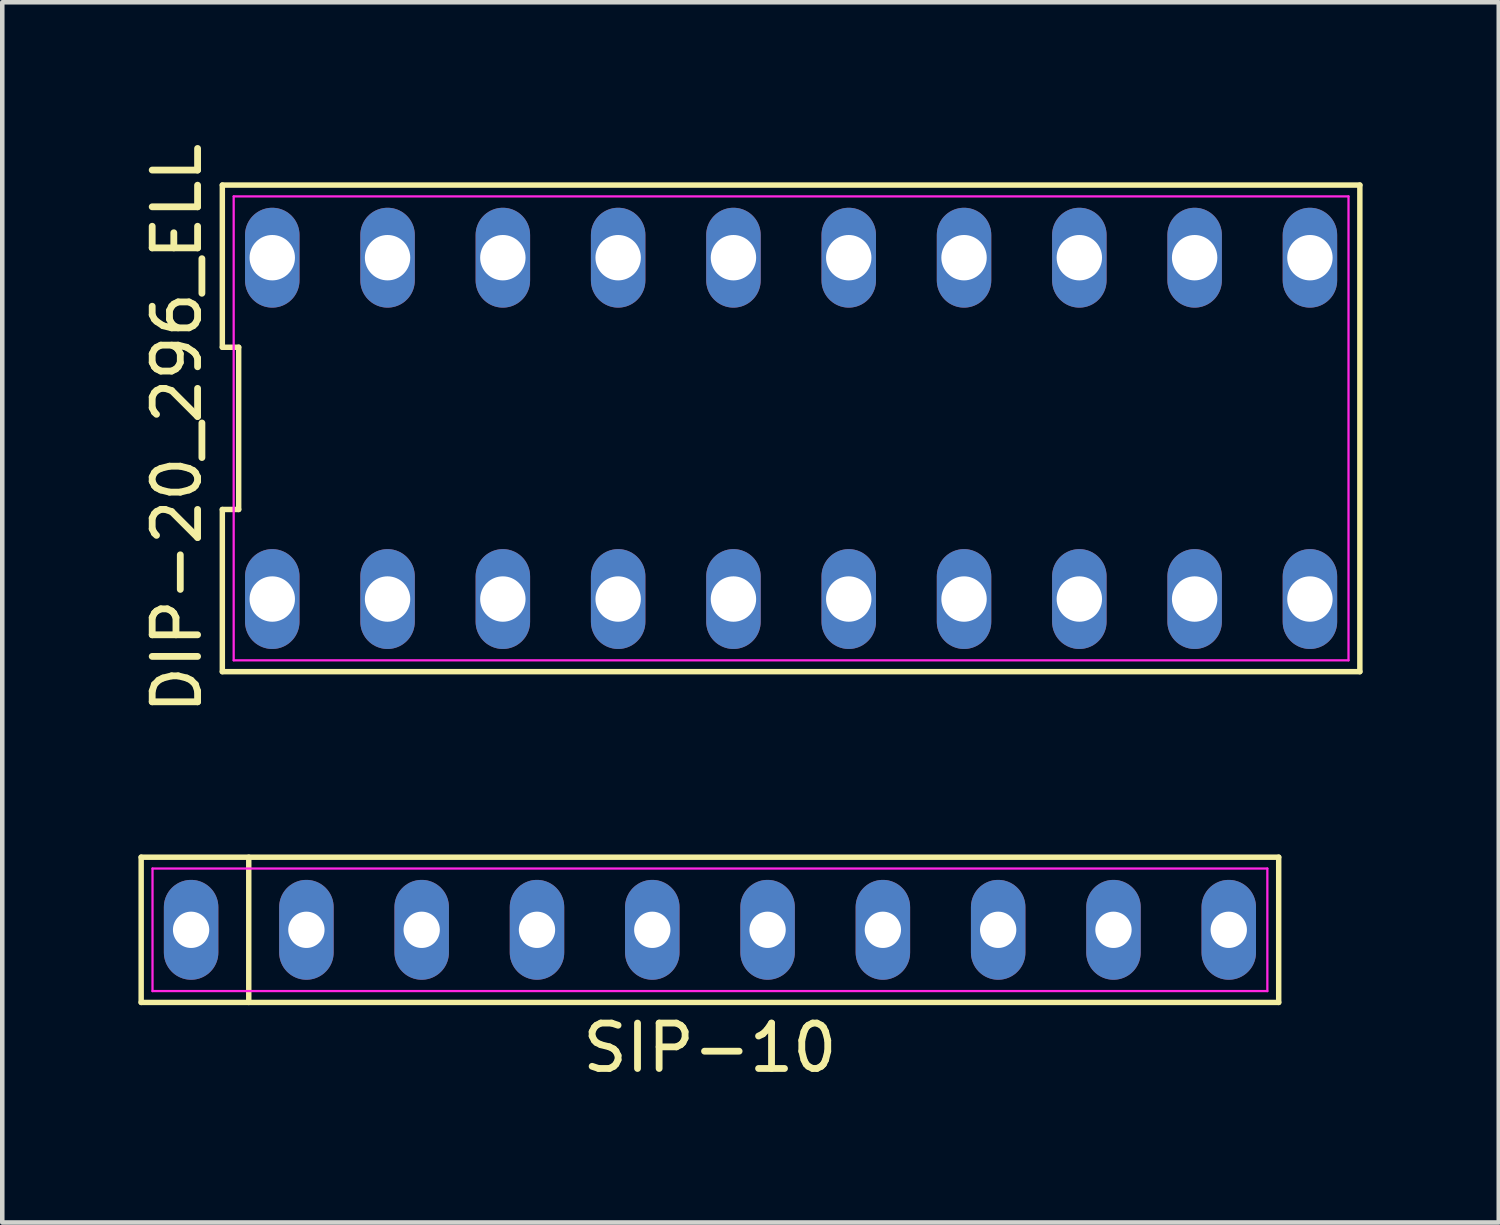
<source format=kicad_pcb>
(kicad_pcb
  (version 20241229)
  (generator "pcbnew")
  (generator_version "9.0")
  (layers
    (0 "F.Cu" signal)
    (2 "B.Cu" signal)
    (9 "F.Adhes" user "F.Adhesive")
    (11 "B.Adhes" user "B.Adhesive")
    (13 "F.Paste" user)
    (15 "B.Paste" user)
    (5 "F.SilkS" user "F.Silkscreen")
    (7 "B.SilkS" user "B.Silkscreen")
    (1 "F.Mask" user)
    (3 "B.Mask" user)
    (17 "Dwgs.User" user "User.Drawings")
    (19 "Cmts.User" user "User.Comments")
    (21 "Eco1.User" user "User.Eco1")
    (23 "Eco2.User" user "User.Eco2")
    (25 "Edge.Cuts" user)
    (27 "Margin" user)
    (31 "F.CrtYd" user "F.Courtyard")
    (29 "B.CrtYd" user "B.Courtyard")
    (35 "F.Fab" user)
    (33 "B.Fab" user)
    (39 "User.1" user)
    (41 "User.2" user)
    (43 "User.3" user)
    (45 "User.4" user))
  (footprint "DIP-20_296_ELL"
    (layer "F.Cu")
    (at 14.378 6.387)
    (property "Reference" "DIP-20_296_ELL" (at -13.53 0 90) (layer "F.SilkS") (effects (font (size 1 1) (thickness 0.15))))
    (attr through_hole)
    (fp_line (start -12.53 -5.36) (end -12.53 -1.787) (stroke (width 0.12) (type solid)) (layer "F.SilkS"))
    (fp_line (start -12.53 -1.787) (end -12.17 -1.787) (stroke (width 0.12) (type solid)) (layer "F.SilkS"))
    (fp_line (start -12.53 1.787) (end -12.53 5.36) (stroke (width 0.12) (type solid)) (layer "F.SilkS"))
    (fp_line (start -12.53 5.36) (end 12.53 5.36) (stroke (width 0.12) (type solid)) (layer "F.SilkS"))
    (fp_line (start -12.17 -1.787) (end -12.17 1.787) (stroke (width 0.12) (type solid)) (layer "F.SilkS"))
    (fp_line (start -12.17 1.787) (end -12.53 1.787) (stroke (width 0.12) (type solid)) (layer "F.SilkS"))
    (fp_line (start 12.53 -5.36) (end -12.53 -5.36) (stroke (width 0.12) (type solid)) (layer "F.SilkS"))
    (fp_line (start 12.53 5.36) (end 12.53 -5.36) (stroke (width 0.12) (type solid)) (layer "F.SilkS"))
    (fp_line (start -12.28 -5.11) (end 12.28 -5.11) (stroke (width 0.05) (type solid)) (layer "F.CrtYd"))
    (fp_line (start -12.28 5.11) (end -12.28 -5.11) (stroke (width 0.05) (type solid)) (layer "F.CrtYd"))
    (fp_line (start 12.28 -5.11) (end 12.28 5.11) (stroke (width 0.05) (type solid)) (layer "F.CrtYd"))
    (fp_line (start 12.28 5.11) (end -12.28 5.11) (stroke (width 0.05) (type solid)) (layer "F.CrtYd"))
    (pad "1" thru_hole oval (at -11.43 3.76) (size 1.2 2.2) (drill 1) (layers "*.Cu" "*.Mask"))
    (pad "2" thru_hole oval (at -8.89 3.76) (size 1.2 2.2) (drill 1) (layers "*.Cu" "*.Mask"))
    (pad "3" thru_hole oval (at -6.35 3.76) (size 1.2 2.2) (drill 1) (layers "*.Cu" "*.Mask"))
    (pad "4" thru_hole oval (at -3.81 3.76) (size 1.2 2.2) (drill 1) (layers "*.Cu" "*.Mask"))
    (pad "5" thru_hole oval (at -1.27 3.76) (size 1.2 2.2) (drill 1) (layers "*.Cu" "*.Mask"))
    (pad "6" thru_hole oval (at 1.27 3.76) (size 1.2 2.2) (drill 1) (layers "*.Cu" "*.Mask"))
    (pad "7" thru_hole oval (at 3.81 3.76) (size 1.2 2.2) (drill 1) (layers "*.Cu" "*.Mask"))
    (pad "8" thru_hole oval (at 6.35 3.76) (size 1.2 2.2) (drill 1) (layers "*.Cu" "*.Mask"))
    (pad "9" thru_hole oval (at 8.89 3.76) (size 1.2 2.2) (drill 1) (layers "*.Cu" "*.Mask"))
    (pad "10" thru_hole oval (at 11.43 3.76) (size 1.2 2.2) (drill 1) (layers "*.Cu" "*.Mask"))
    (pad "11" thru_hole oval (at 11.43 -3.76) (size 1.2 2.2) (drill 1) (layers "*.Cu" "*.Mask"))
    (pad "12" thru_hole oval (at 8.89 -3.76) (size 1.2 2.2) (drill 1) (layers "*.Cu" "*.Mask"))
    (pad "13" thru_hole oval (at 6.35 -3.76) (size 1.2 2.2) (drill 1) (layers "*.Cu" "*.Mask"))
    (pad "14" thru_hole oval (at 3.81 -3.76) (size 1.2 2.2) (drill 1) (layers "*.Cu" "*.Mask"))
    (pad "15" thru_hole oval (at 1.27 -3.76) (size 1.2 2.2) (drill 1) (layers "*.Cu" "*.Mask"))
    (pad "16" thru_hole oval (at -1.27 -3.76) (size 1.2 2.2) (drill 1) (layers "*.Cu" "*.Mask"))
    (pad "17" thru_hole oval (at -3.81 -3.76) (size 1.2 2.2) (drill 1) (layers "*.Cu" "*.Mask"))
    (pad "18" thru_hole oval (at -6.35 -3.76) (size 1.2 2.2) (drill 1) (layers "*.Cu" "*.Mask"))
    (pad "19" thru_hole oval (at -8.89 -3.76) (size 1.2 2.2) (drill 1) (layers "*.Cu" "*.Mask"))
    (pad "20" thru_hole oval (at -11.43 -3.76) (size 1.2 2.2) (drill 1) (layers "*.Cu" "*.Mask")))
  (footprint "SIP-10"
    (layer "F.Cu")
    (at 12.59 17.434)
    (property "Reference" "SIP-10" (at 0 2.6 0) (layer "F.SilkS") (effects (font (size 1 1) (thickness 0.15))))
    (attr through_hole)
    (fp_line (start -12.53 -1.6) (end 12.53 -1.6) (stroke (width 0.12) (type solid)) (layer "F.SilkS"))
    (fp_line (start -12.53 1.6) (end -12.53 -1.6) (stroke (width 0.12) (type solid)) (layer "F.SilkS"))
    (fp_line (start -10.16 -1.6) (end -10.16 1.6) (stroke (width 0.12) (type solid)) (layer "F.SilkS"))
    (fp_line (start 12.53 -1.6) (end 12.53 1.6) (stroke (width 0.12) (type solid)) (layer "F.SilkS"))
    (fp_line (start 12.53 1.6) (end -12.53 1.6) (stroke (width 0.12) (type solid)) (layer "F.SilkS"))
    (fp_line (start -12.28 -1.35) (end 12.28 -1.35) (stroke (width 0.05) (type solid)) (layer "F.CrtYd"))
    (fp_line (start -12.28 1.35) (end -12.28 -1.35) (stroke (width 0.05) (type solid)) (layer "F.CrtYd"))
    (fp_line (start 12.28 -1.35) (end 12.28 1.35) (stroke (width 0.05) (type solid)) (layer "F.CrtYd"))
    (fp_line (start 12.28 1.35) (end -12.28 1.35) (stroke (width 0.05) (type solid)) (layer "F.CrtYd"))
    (pad "1" thru_hole oval (at -11.43 0) (size 1.2 2.2) (drill 0.8) (layers "*.Cu" "*.Mask"))
    (pad "2" thru_hole oval (at -8.89 0) (size 1.2 2.2) (drill 0.8) (layers "*.Cu" "*.Mask"))
    (pad "3" thru_hole oval (at -6.35 0) (size 1.2 2.2) (drill 0.8) (layers "*.Cu" "*.Mask"))
    (pad "4" thru_hole oval (at -3.81 0) (size 1.2 2.2) (drill 0.8) (layers "*.Cu" "*.Mask"))
    (pad "5" thru_hole oval (at -1.27 0) (size 1.2 2.2) (drill 0.8) (layers "*.Cu" "*.Mask"))
    (pad "6" thru_hole oval (at 1.27 0) (size 1.2 2.2) (drill 0.8) (layers "*.Cu" "*.Mask"))
    (pad "7" thru_hole oval (at 3.81 0) (size 1.2 2.2) (drill 0.8) (layers "*.Cu" "*.Mask"))
    (pad "8" thru_hole oval (at 6.35 0) (size 1.2 2.2) (drill 0.8) (layers "*.Cu" "*.Mask"))
    (pad "9" thru_hole oval (at 8.89 0) (size 1.2 2.2) (drill 0.8) (layers "*.Cu" "*.Mask"))
    (pad "10" thru_hole oval (at 11.43 0) (size 1.2 2.2) (drill 0.8) (layers "*.Cu" "*.Mask")))
  (gr_rect
    (start -3 -3)
    (end 29.968 23.882)
    (stroke (width 0.1) (type default))
    (fill no)
    (layer "Edge.Cuts")))
</source>
